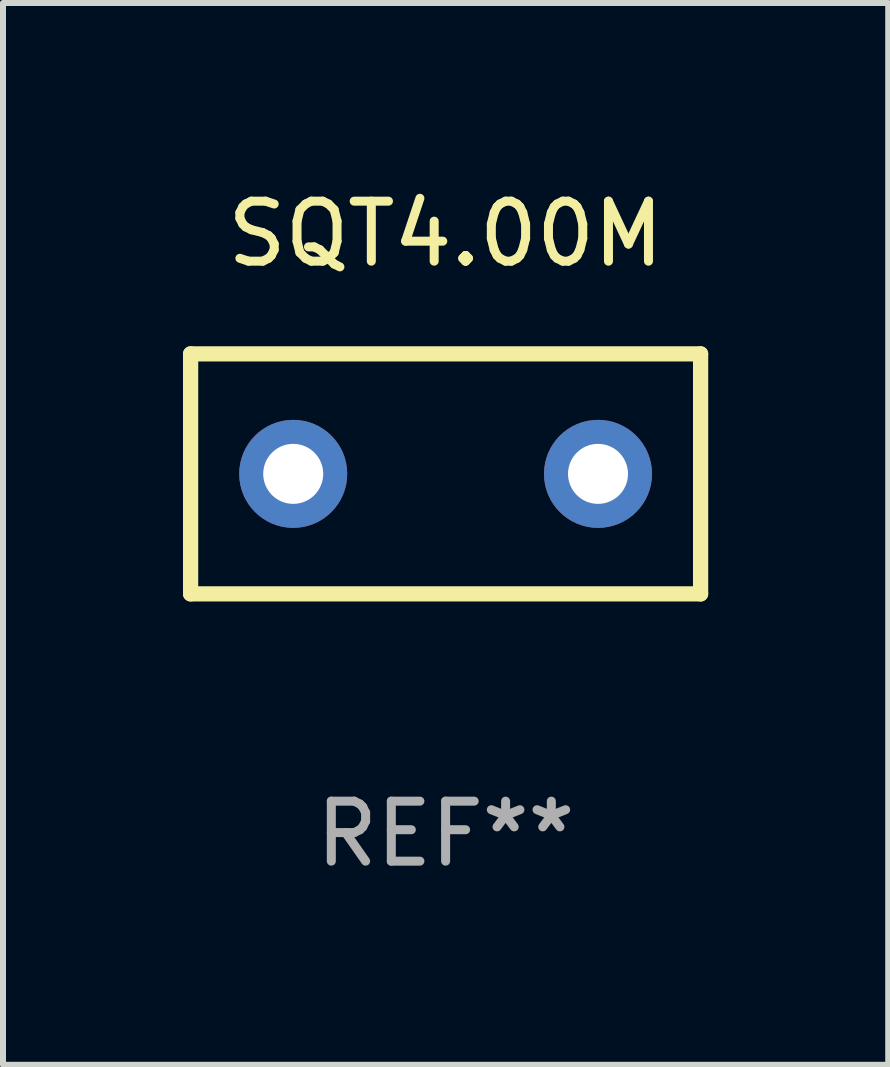
<source format=kicad_pcb>
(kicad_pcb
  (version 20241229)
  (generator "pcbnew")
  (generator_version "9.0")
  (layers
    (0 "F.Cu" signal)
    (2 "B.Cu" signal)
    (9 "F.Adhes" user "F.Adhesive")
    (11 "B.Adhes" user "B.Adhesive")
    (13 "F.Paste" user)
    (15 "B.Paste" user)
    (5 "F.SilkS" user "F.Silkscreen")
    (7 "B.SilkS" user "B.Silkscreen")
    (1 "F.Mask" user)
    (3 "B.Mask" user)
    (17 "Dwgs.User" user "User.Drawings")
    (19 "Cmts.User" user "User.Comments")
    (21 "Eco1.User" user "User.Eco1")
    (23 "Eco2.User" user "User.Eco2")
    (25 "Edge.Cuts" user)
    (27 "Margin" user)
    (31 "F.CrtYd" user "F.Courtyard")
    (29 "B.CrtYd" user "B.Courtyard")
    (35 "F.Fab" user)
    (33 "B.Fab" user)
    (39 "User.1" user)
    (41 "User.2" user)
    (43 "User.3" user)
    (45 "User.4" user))
  (footprint "SQT4.00M"
    (layer "F.Cu")
    (at 4.377 4.848)
    (property "Reference" "SQT4.00M" (at 0 -4 0) (layer "F.SilkS") (effects (font (size 1 1) (thickness 0.15))))
    (attr through_hole)
    (fp_line (start -4.25 2) (end -4.25 -2) (stroke (width 0.254) (type solid)) (layer "F.SilkS"))
    (fp_line (start -4.25 -2) (end 4.25 -2) (stroke (width 0.254) (type solid)) (layer "F.SilkS"))
    (fp_line (start 4.25 2) (end -4.25 2) (stroke (width 0.254) (type solid)) (layer "F.SilkS"))
    (fp_line (start 4.25 -2) (end 4.25 2) (stroke (width 0.254) (type solid)) (layer "F.SilkS"))
    (fp_circle (center -4.25 2) (end -4.22 2) (stroke (width 0.06) (type solid)) (fill no) (layer "F.SilkS"))
    (fp_text user "REF**" (at 0 6 0) (layer "F.Fab") (effects (font (size 1 1) (thickness 0.15))))
    (pad "1" thru_hole circle (at -2.54 0) (size 1.8 1.8) (drill 1) (layers "*.Cu" "*.Mask"))
    (pad "2" thru_hole circle (at 2.54 0) (size 1.8 1.8) (drill 1) (layers "*.Cu" "*.Mask")))
  (gr_rect
    (start -3 -3)
    (end 11.754 14.697)
    (stroke (width 0.1) (type default))
    (fill no)
    (layer "Edge.Cuts")))
</source>
